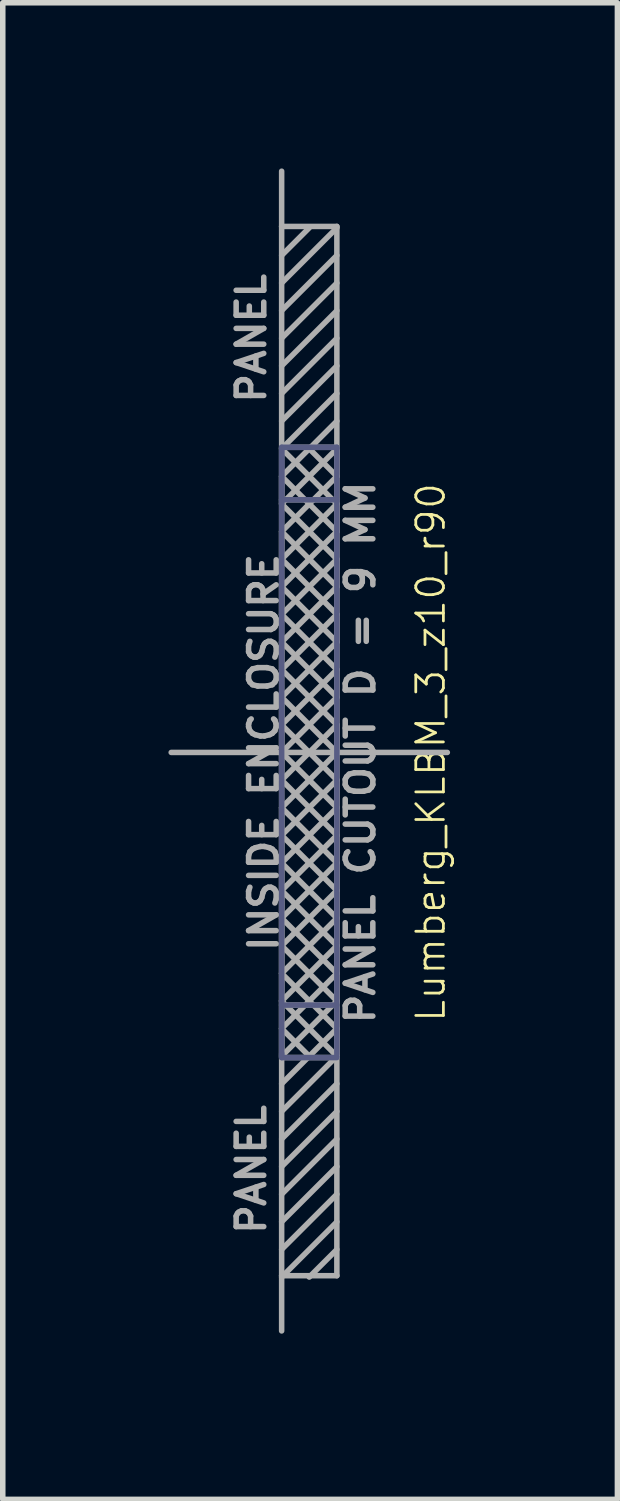
<source format=kicad_pcb>
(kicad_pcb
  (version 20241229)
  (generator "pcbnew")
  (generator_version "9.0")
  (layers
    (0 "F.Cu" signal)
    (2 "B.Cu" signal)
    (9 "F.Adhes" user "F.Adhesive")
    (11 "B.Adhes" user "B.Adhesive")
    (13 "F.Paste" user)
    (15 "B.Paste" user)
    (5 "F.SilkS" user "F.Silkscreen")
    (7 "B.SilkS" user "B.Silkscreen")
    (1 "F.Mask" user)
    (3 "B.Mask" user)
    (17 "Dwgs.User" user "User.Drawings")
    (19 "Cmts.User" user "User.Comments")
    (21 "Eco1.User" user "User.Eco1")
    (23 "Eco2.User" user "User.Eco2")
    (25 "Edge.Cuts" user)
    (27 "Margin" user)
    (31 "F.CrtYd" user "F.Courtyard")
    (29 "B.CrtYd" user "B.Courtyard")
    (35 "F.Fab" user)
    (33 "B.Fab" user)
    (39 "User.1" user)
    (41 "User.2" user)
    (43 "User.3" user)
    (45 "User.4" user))
  (footprint "Lumberg_KLBM_3_z10_r90"
    (layer "F.Cu")
    (at 2.05 10.575)
    (property "Reference" "Lumberg_KLBM_3_z10_r90" (at 2.7 0 90) (layer "F.SilkS") (effects (font (size 0.5 0.5) (thickness 0.05))))
    (attr through_hole)
    (fp_line (start 0 -5.525) (end 0 -5.5) (stroke (width 0.1) (type solid)) (layer "B.Fab"))
    (fp_line (start 0 -5.5) (end 0 -4.5) (stroke (width 0.1) (type solid)) (layer "B.Fab"))
    (fp_line (start 0 -4.575) (end 1 -4.575) (stroke (width 0.1) (type solid)) (layer "B.Fab"))
    (fp_line (start 0 4.5) (end 0 -5.5) (stroke (width 0.1) (type solid)) (layer "B.Fab"))
    (fp_line (start 0 4.575) (end 1 4.575) (stroke (width 0.1) (type solid)) (layer "B.Fab"))
    (fp_line (start 0 5.5) (end 0 4.5) (stroke (width 0.1) (type solid)) (layer "B.Fab"))
    (fp_line (start 0 5.525) (end 0 5.45) (stroke (width 0.1) (type solid)) (layer "B.Fab"))
    (fp_line (start 1 -5.525) (end 0 -5.525) (stroke (width 0.1) (type solid)) (layer "B.Fab"))
    (fp_line (start 1 -5.5) (end 1 -5.525) (stroke (width 0.1) (type solid)) (layer "B.Fab"))
    (fp_line (start 1 -5.5) (end 1 5.5) (stroke (width 0.1) (type solid)) (layer "B.Fab"))
    (fp_line (start 1 5.525) (end 0 5.525) (stroke (width 0.1) (type solid)) (layer "B.Fab"))
    (fp_line (start -2 0) (end 3 0) (stroke (width 0.1) (type solid)) (layer "F.Fab"))
    (fp_line (start 0 -9.525) (end 0 -10.525) (stroke (width 0.1) (type solid)) (layer "F.Fab"))
    (fp_line (start 0 -9.525) (end 1 -9.525) (stroke (width 0.1) (type solid)) (layer "F.Fab"))
    (fp_line (start 0 -9) (end 0.5 -9.5) (stroke (width 0.1) (type solid)) (layer "F.Fab"))
    (fp_line (start 0 -6.5) (end 1 -7.5) (stroke (width 0.1) (type solid)) (layer "F.Fab"))
    (fp_line (start 0 -5.525) (end 1 -5.525) (stroke (width 0.1) (type solid)) (layer "F.Fab"))
    (fp_line (start 0 -5.5) (end 1 -6.5) (stroke (width 0.1) (type solid)) (layer "F.Fab"))
    (fp_line (start 0 -5.5) (end 1 -4.5) (stroke (width 0.1) (type solid)) (layer "F.Fab"))
    (fp_line (start 0 -5) (end 0.5 -5.5) (stroke (width 0.1) (type solid)) (layer "F.Fab"))
    (fp_line (start 0 -5) (end 1 -4) (stroke (width 0.1) (type solid)) (layer "F.Fab"))
    (fp_line (start 0 -4.575) (end 1 -4.575) (stroke (width 0.1) (type solid)) (layer "F.Fab"))
    (fp_line (start 0 -4.5) (end 0 -5) (stroke (width 0.1) (type solid)) (layer "F.Fab"))
    (fp_line (start 0 -4.5) (end 1 -3.5) (stroke (width 0.1) (type solid)) (layer "F.Fab"))
    (fp_line (start 0 -4) (end 1 -5) (stroke (width 0.1) (type solid)) (layer "F.Fab"))
    (fp_line (start 0 -4) (end 1 -3) (stroke (width 0.1) (type solid)) (layer "F.Fab"))
    (fp_line (start 0 -3.5) (end 0 -4) (stroke (width 0.1) (type solid)) (layer "F.Fab"))
    (fp_line (start 0 -3.5) (end 1 -2.5) (stroke (width 0.1) (type solid)) (layer "F.Fab"))
    (fp_line (start 0 -3) (end 1 -4) (stroke (width 0.1) (type solid)) (layer "F.Fab"))
    (fp_line (start 0 -3) (end 1 -2) (stroke (width 0.1) (type solid)) (layer "F.Fab"))
    (fp_line (start 0 -2.5) (end 0 -3) (stroke (width 0.1) (type solid)) (layer "F.Fab"))
    (fp_line (start 0 -2) (end 1 -3) (stroke (width 0.1) (type solid)) (layer "F.Fab"))
    (fp_line (start 0 -2) (end 1 -1) (stroke (width 0.1) (type solid)) (layer "F.Fab"))
    (fp_line (start 0 -1.5) (end 0 -2) (stroke (width 0.1) (type solid)) (layer "F.Fab"))
    (fp_line (start 0 -1.5) (end 1 -0.5) (stroke (width 0.1) (type solid)) (layer "F.Fab"))
    (fp_line (start 0 -1) (end 1 -2) (stroke (width 0.1) (type solid)) (layer "F.Fab"))
    (fp_line (start 0 -0.5) (end 0 -1) (stroke (width 0.1) (type solid)) (layer "F.Fab"))
    (fp_line (start 0 -0.5) (end 0 0) (stroke (width 0.1) (type solid)) (layer "F.Fab"))
    (fp_line (start 0 0) (end 1 -1) (stroke (width 0.1) (type solid)) (layer "F.Fab"))
    (fp_line (start 0 0) (end 1 1) (stroke (width 0.1) (type solid)) (layer "F.Fab"))
    (fp_line (start 0 0.5) (end 0 0) (stroke (width 0.1) (type solid)) (layer "F.Fab"))
    (fp_line (start 0 1) (end 1 0) (stroke (width 0.1) (type solid)) (layer "F.Fab"))
    (fp_line (start 0 1) (end 1 2) (stroke (width 0.1) (type solid)) (layer "F.Fab"))
    (fp_line (start 0 1.5) (end 0 1) (stroke (width 0.1) (type solid)) (layer "F.Fab"))
    (fp_line (start 0 1.5) (end 0 2) (stroke (width 0.1) (type solid)) (layer "F.Fab"))
    (fp_line (start 0 2) (end 1 1) (stroke (width 0.1) (type solid)) (layer "F.Fab"))
    (fp_line (start 0 2) (end 1 3) (stroke (width 0.1) (type solid)) (layer "F.Fab"))
    (fp_line (start 0 2.5) (end 0 2) (stroke (width 0.1) (type solid)) (layer "F.Fab"))
    (fp_line (start 0 2.5) (end 0 3) (stroke (width 0.1) (type solid)) (layer "F.Fab"))
    (fp_line (start 0 3) (end 1 2) (stroke (width 0.1) (type solid)) (layer "F.Fab"))
    (fp_line (start 0 3) (end 1 4) (stroke (width 0.1) (type solid)) (layer "F.Fab"))
    (fp_line (start 0 3.5) (end 0 3) (stroke (width 0.1) (type solid)) (layer "F.Fab"))
    (fp_line (start 0 3.5) (end 0 4) (stroke (width 0.1) (type solid)) (layer "F.Fab"))
    (fp_line (start 0 4) (end 1 3) (stroke (width 0.1) (type solid)) (layer "F.Fab"))
    (fp_line (start 0 4) (end 1 5) (stroke (width 0.1) (type solid)) (layer "F.Fab"))
    (fp_line (start 0 4.5) (end 0 4) (stroke (width 0.1) (type solid)) (layer "F.Fab"))
    (fp_line (start 0 4.5) (end 0 5) (stroke (width 0.1) (type solid)) (layer "F.Fab"))
    (fp_line (start 0 4.575) (end 1 4.575) (stroke (width 0.1) (type solid)) (layer "F.Fab"))
    (fp_line (start 0 5) (end 0.5 5.5) (stroke (width 0.1) (type solid)) (layer "F.Fab"))
    (fp_line (start 0 5) (end 1 4) (stroke (width 0.1) (type solid)) (layer "F.Fab"))
    (fp_line (start 0 5.5) (end 0 5) (stroke (width 0.1) (type solid)) (layer "F.Fab"))
    (fp_line (start 0 5.525) (end 1 5.525) (stroke (width 0.1) (type solid)) (layer "F.Fab"))
    (fp_line (start 0 7) (end 1 6) (stroke (width 0.1) (type solid)) (layer "F.Fab"))
    (fp_line (start 0 8) (end 1 7) (stroke (width 0.1) (type solid)) (layer "F.Fab"))
    (fp_line (start 0 9) (end 1 8) (stroke (width 0.1) (type solid)) (layer "F.Fab"))
    (fp_line (start 0 9.475) (end 0 -9.525) (stroke (width 0.1) (type solid)) (layer "F.Fab"))
    (fp_line (start 0 9.475) (end 0 10.475) (stroke (width 0.1) (type solid)) (layer "F.Fab"))
    (fp_line (start 0.5 -5.5) (end 1 -5) (stroke (width 0.1) (type solid)) (layer "F.Fab"))
    (fp_line (start 0.5 5.5) (end 0 6) (stroke (width 0.1) (type solid)) (layer "F.Fab"))
    (fp_line (start 0.5 5.5) (end 1 5) (stroke (width 0.1) (type solid)) (layer "F.Fab"))
    (fp_line (start 0.5 9.5) (end 1 9) (stroke (width 0.1) (type solid)) (layer "F.Fab"))
    (fp_line (start 1 -9.525) (end 1 9.475) (stroke (width 0.1) (type solid)) (layer "F.Fab"))
    (fp_line (start 1 -9.5) (end 0 -8.5) (stroke (width 0.1) (type solid)) (layer "F.Fab"))
    (fp_line (start 1 -9) (end 0 -8) (stroke (width 0.1) (type solid)) (layer "F.Fab"))
    (fp_line (start 1 -8.5) (end 0 -7.5) (stroke (width 0.1) (type solid)) (layer "F.Fab"))
    (fp_line (start 1 -8) (end 0 -7) (stroke (width 0.1) (type solid)) (layer "F.Fab"))
    (fp_line (start 1 -7) (end 0 -6) (stroke (width 0.1) (type solid)) (layer "F.Fab"))
    (fp_line (start 1 -6) (end 0.5 -5.5) (stroke (width 0.1) (type solid)) (layer "F.Fab"))
    (fp_line (start 1 -5.5) (end 0 -4.5) (stroke (width 0.1) (type solid)) (layer "F.Fab"))
    (fp_line (start 1 -5) (end 1 -5.5) (stroke (width 0.1) (type solid)) (layer "F.Fab"))
    (fp_line (start 1 -4.5) (end 0 -3.5) (stroke (width 0.1) (type solid)) (layer "F.Fab"))
    (fp_line (start 1 -4) (end 1 -4.5) (stroke (width 0.1) (type solid)) (layer "F.Fab"))
    (fp_line (start 1 -3.5) (end 0 -2.5) (stroke (width 0.1) (type solid)) (layer "F.Fab"))
    (fp_line (start 1 -3) (end 1 -3.5) (stroke (width 0.1) (type solid)) (layer "F.Fab"))
    (fp_line (start 1 -2.5) (end 0 -1.5) (stroke (width 0.1) (type solid)) (layer "F.Fab"))
    (fp_line (start 1 -2) (end 1 -2.5) (stroke (width 0.1) (type solid)) (layer "F.Fab"))
    (fp_line (start 1 -1.5) (end 0 -2.5) (stroke (width 0.1) (type solid)) (layer "F.Fab"))
    (fp_line (start 1 -1.5) (end 0 -0.5) (stroke (width 0.1) (type solid)) (layer "F.Fab"))
    (fp_line (start 1 -1) (end 1 -1.5) (stroke (width 0.1) (type solid)) (layer "F.Fab"))
    (fp_line (start 1 -0.5) (end 0 0.5) (stroke (width 0.1) (type solid)) (layer "F.Fab"))
    (fp_line (start 1 -0.5) (end 1 0) (stroke (width 0.1) (type solid)) (layer "F.Fab"))
    (fp_line (start 1 0) (end 0 -1) (stroke (width 0.1) (type solid)) (layer "F.Fab"))
    (fp_line (start 1 0) (end 1 -0.5) (stroke (width 0.1) (type solid)) (layer "F.Fab"))
    (fp_line (start 1 0.5) (end 0 -0.5) (stroke (width 0.1) (type solid)) (layer "F.Fab"))
    (fp_line (start 1 0.5) (end 0 1.5) (stroke (width 0.1) (type solid)) (layer "F.Fab"))
    (fp_line (start 1 1) (end 1 0.5) (stroke (width 0.1) (type solid)) (layer "F.Fab"))
    (fp_line (start 1 1) (end 1 1.5) (stroke (width 0.1) (type solid)) (layer "F.Fab"))
    (fp_line (start 1 1.5) (end 0 0.5) (stroke (width 0.1) (type solid)) (layer "F.Fab"))
    (fp_line (start 1 1.5) (end 0 2.5) (stroke (width 0.1) (type solid)) (layer "F.Fab"))
    (fp_line (start 1 2) (end 1 1.5) (stroke (width 0.1) (type solid)) (layer "F.Fab"))
    (fp_line (start 1 2) (end 1 2.5) (stroke (width 0.1) (type solid)) (layer "F.Fab"))
    (fp_line (start 1 2.5) (end 0 1.5) (stroke (width 0.1) (type solid)) (layer "F.Fab"))
    (fp_line (start 1 2.5) (end 0 3.5) (stroke (width 0.1) (type solid)) (layer "F.Fab"))
    (fp_line (start 1 3) (end 1 2.5) (stroke (width 0.1) (type solid)) (layer "F.Fab"))
    (fp_line (start 1 3) (end 1 3.5) (stroke (width 0.1) (type solid)) (layer "F.Fab"))
    (fp_line (start 1 3.5) (end 0 2.5) (stroke (width 0.1) (type solid)) (layer "F.Fab"))
    (fp_line (start 1 3.5) (end 0 4.5) (stroke (width 0.1) (type solid)) (layer "F.Fab"))
    (fp_line (start 1 4) (end 1 3.5) (stroke (width 0.1) (type solid)) (layer "F.Fab"))
    (fp_line (start 1 4) (end 1 4.5) (stroke (width 0.1) (type solid)) (layer "F.Fab"))
    (fp_line (start 1 4.5) (end 0 3.5) (stroke (width 0.1) (type solid)) (layer "F.Fab"))
    (fp_line (start 1 4.5) (end 0 5.5) (stroke (width 0.1) (type solid)) (layer "F.Fab"))
    (fp_line (start 1 5) (end 1 4.5) (stroke (width 0.1) (type solid)) (layer "F.Fab"))
    (fp_line (start 1 5) (end 1 5.5) (stroke (width 0.1) (type solid)) (layer "F.Fab"))
    (fp_line (start 1 5.5) (end 0 4.5) (stroke (width 0.1) (type solid)) (layer "F.Fab"))
    (fp_line (start 1 5.5) (end 0 6.5) (stroke (width 0.1) (type solid)) (layer "F.Fab"))
    (fp_line (start 1 6.5) (end 0 7.5) (stroke (width 0.1) (type solid)) (layer "F.Fab"))
    (fp_line (start 1 7.5) (end 0 8.5) (stroke (width 0.1) (type solid)) (layer "F.Fab"))
    (fp_line (start 1 8.5) (end 0 9.5) (stroke (width 0.1) (type solid)) (layer "F.Fab"))
    (fp_line (start 1 9.475) (end 0 9.475) (stroke (width 0.1) (type solid)) (layer "F.Fab"))
    (fp_text user "INSIDE ENCLOSURE" (at -0.325 0 90) (layer "F.Fab") (effects (font (size 0.5 0.5) (thickness 0.1))))
    (fp_text user "PANEL" (at -0.55 -7.5 90) (layer "F.Fab") (effects (font (size 0.5 0.5) (thickness 0.1))))
    (fp_text user "PANEL" (at -0.55 7.55 90) (layer "F.Fab") (effects (font (size 0.5 0.5) (thickness 0.1))))
    (fp_text user "PANEL CUTOUT D = 9 MM" (at 1.425 0 90) (layer "F.Fab") (effects (font (size 0.5 0.5) (thickness 0.1)))))
  (gr_rect
    (start -3 -3)
    (end 8.13 24.1)
    (stroke (width 0.1) (type default))
    (fill no)
    (layer "Edge.Cuts")))
</source>
